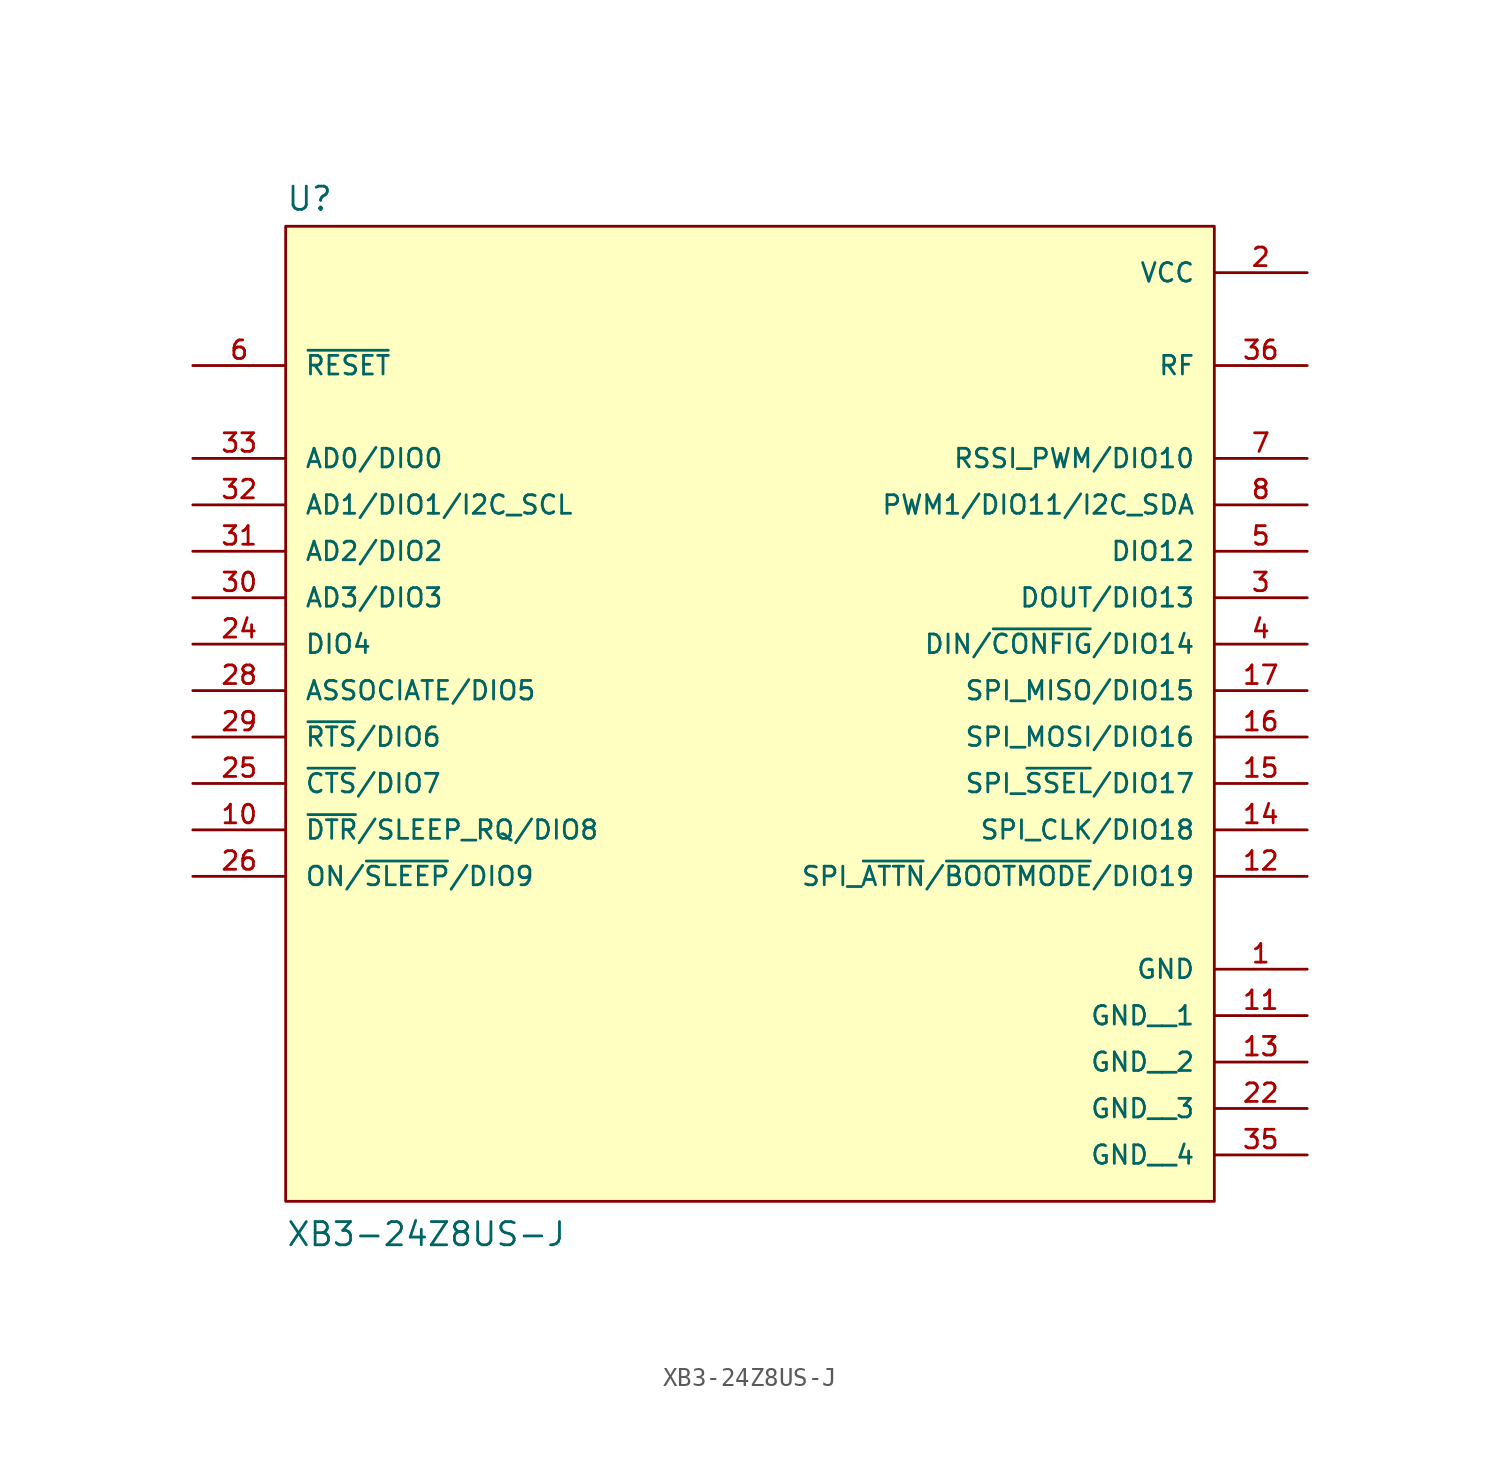
<source format=kicad_sym>
(kicad_symbol_lib
  (version 20211014)
  (generator kicad_symbol_editor)
  (symbol "XB3-24Z8US-J"
    (pin_names
      (offset 1.016))
    (property "Reference" "U"
      (at -25.4 21.082 0)
      (effects (font (size 1.27 1.27)) (justify bottom left)))
    (property "Value" "XB3-24Z8US-J"
      (at -25.4 -35.56 0)
      (effects (font (size 1.27 1.27)) (justify bottom left)))
    (symbol "XB3-24Z8US-J_0_0"
      (rectangle (start -25.4 -33.02) (end 25.4 20.32) (stroke (width 0.152)) (fill (type background)))
      (pin power_in line (at 30.48 -20.32 180.0) (length 5.08) (name "GND" (effects (font (size 1.016 1.016)))) (number "1" (effects (font (size 1.016 1.016)))))
      (pin power_in line (at 30.48 17.78 180.0) (length 5.08) (name "VCC" (effects (font (size 1.016 1.016)))) (number "2" (effects (font (size 1.016 1.016)))))
      (pin bidirectional line (at 30.48 0.0 180.0) (length 5.08) (name "DOUT/DIO13" (effects (font (size 1.016 1.016)))) (number "3" (effects (font (size 1.016 1.016)))))
      (pin bidirectional line (at 30.48 -2.54 180.0) (length 5.08) (name "DIN/~{CONFIG}/DIO14" (effects (font (size 1.016 1.016)))) (number "4" (effects (font (size 1.016 1.016)))))
      (pin input line (at -30.48 12.7 0) (length 5.08) (name "~{RESET}" (effects (font (size 1.016 1.016)))) (number "6" (effects (font (size 1.016 1.016)))))
      (pin bidirectional line (at 30.48 2.54 180.0) (length 5.08) (name "DIO12" (effects (font (size 1.016 1.016)))) (number "5" (effects (font (size 1.016 1.016)))))
      (pin bidirectional line (at 30.48 7.62 180.0) (length 5.08) (name "RSSI_PWM/DIO10" (effects (font (size 1.016 1.016)))) (number "7" (effects (font (size 1.016 1.016)))))
      (pin bidirectional line (at 30.48 5.08 180.0) (length 5.08) (name "PWM1/DIO11/I2C_SDA" (effects (font (size 1.016 1.016)))) (number "8" (effects (font (size 1.016 1.016)))))
      (pin bidirectional line (at -30.48 -12.7 0) (length 5.08) (name "~{DTR}/SLEEP_RQ/DIO8" (effects (font (size 1.016 1.016)))) (number "10" (effects (font (size 1.016 1.016)))))
      (pin bidirectional line (at 30.48 -12.7 180.0) (length 5.08) (name "SPI_CLK/DIO18" (effects (font (size 1.016 1.016)))) (number "14" (effects (font (size 1.016 1.016)))))
      (pin bidirectional line (at 30.48 -15.24 180.0) (length 5.08) (name "SPI_~{ATTN}/~{BOOTMODE}/DIO19" (effects (font (size 1.016 1.016)))) (number "12" (effects (font (size 1.016 1.016)))))
      (pin bidirectional line (at 30.48 -10.16 180.0) (length 5.08) (name "SPI_~{SSEL}/DIO17" (effects (font (size 1.016 1.016)))) (number "15" (effects (font (size 1.016 1.016)))))
      (pin bidirectional line (at 30.48 -7.62 180.0) (length 5.08) (name "SPI_MOSI/DIO16" (effects (font (size 1.016 1.016)))) (number "16" (effects (font (size 1.016 1.016)))))
      (pin bidirectional line (at 30.48 -5.08 180.0) (length 5.08) (name "SPI_MISO/DIO15" (effects (font (size 1.016 1.016)))) (number "17" (effects (font (size 1.016 1.016)))))
      (pin bidirectional line (at -30.48 -2.54 0) (length 5.08) (name "DIO4" (effects (font (size 1.016 1.016)))) (number "24" (effects (font (size 1.016 1.016)))))
      (pin bidirectional line (at -30.48 -10.16 0) (length 5.08) (name "~{CTS}/DIO7" (effects (font (size 1.016 1.016)))) (number "25" (effects (font (size 1.016 1.016)))))
      (pin bidirectional line (at -30.48 -15.24 0) (length 5.08) (name "ON/~{SLEEP}/DIO9" (effects (font (size 1.016 1.016)))) (number "26" (effects (font (size 1.016 1.016)))))
      (pin bidirectional line (at -30.48 -5.08 0) (length 5.08) (name "ASSOCIATE/DIO5" (effects (font (size 1.016 1.016)))) (number "28" (effects (font (size 1.016 1.016)))))
      (pin bidirectional line (at -30.48 -7.62 0) (length 5.08) (name "~{RTS}/DIO6" (effects (font (size 1.016 1.016)))) (number "29" (effects (font (size 1.016 1.016)))))
      (pin bidirectional line (at -30.48 0.0 0) (length 5.08) (name "AD3/DIO3" (effects (font (size 1.016 1.016)))) (number "30" (effects (font (size 1.016 1.016)))))
      (pin bidirectional line (at -30.48 2.54 0) (length 5.08) (name "AD2/DIO2" (effects (font (size 1.016 1.016)))) (number "31" (effects (font (size 1.016 1.016)))))
      (pin bidirectional line (at -30.48 5.08 0) (length 5.08) (name "AD1/DIO1/I2C_SCL" (effects (font (size 1.016 1.016)))) (number "32" (effects (font (size 1.016 1.016)))))
      (pin bidirectional line (at -30.48 7.62 0) (length 5.08) (name "AD0/DIO0" (effects (font (size 1.016 1.016)))) (number "33" (effects (font (size 1.016 1.016)))))
      (pin bidirectional line (at 30.48 12.7 180.0) (length 5.08) (name "RF" (effects (font (size 1.016 1.016)))) (number "36" (effects (font (size 1.016 1.016)))))
      (pin power_in line (at 30.48 -22.86 180.0) (length 5.08) (name "GND__1" (effects (font (size 1.016 1.016)))) (number "11" (effects (font (size 1.016 1.016)))))
      (pin power_in line (at 30.48 -25.4 180.0) (length 5.08) (name "GND__2" (effects (font (size 1.016 1.016)))) (number "13" (effects (font (size 1.016 1.016)))))
      (pin power_in line (at 30.48 -27.94 180.0) (length 5.08) (name "GND__3" (effects (font (size 1.016 1.016)))) (number "22" (effects (font (size 1.016 1.016)))))
      (pin power_in line (at 30.48 -30.48 180.0) (length 5.08) (name "GND__4" (effects (font (size 1.016 1.016)))) (number "35" (effects (font (size 1.016 1.016))))))))
</source>
